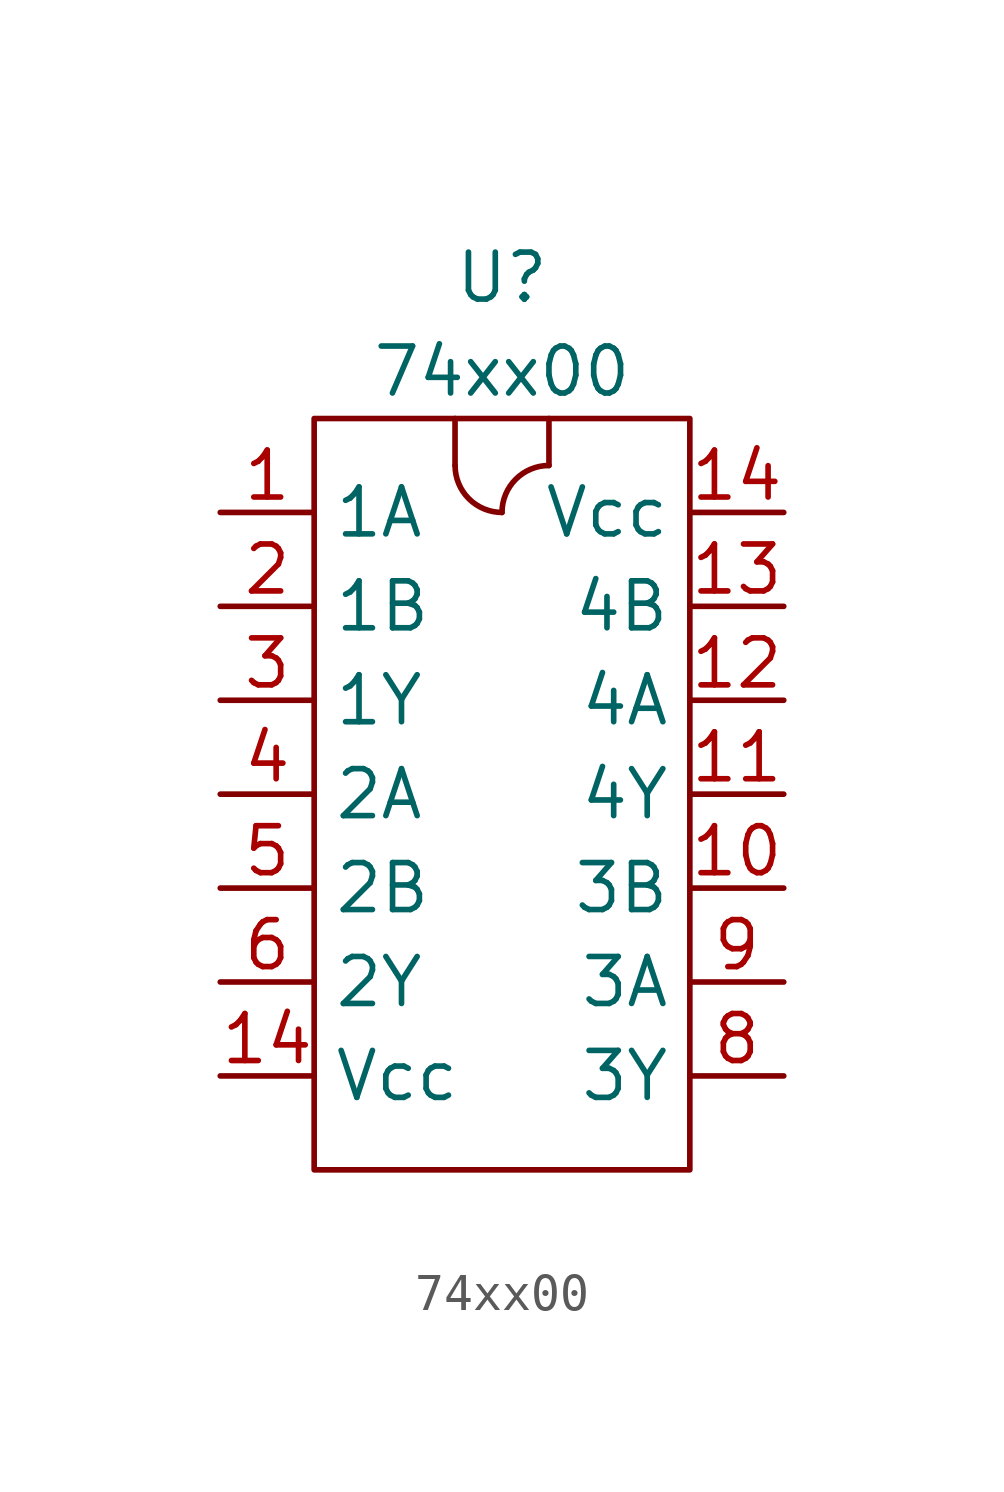
<source format=kicad_sym>
(kicad_symbol_lib
  (version 20211014)
  (generator kicad_symbol_editor)
  (symbol "74xx00"
    (property "Reference" "U"
      (at 0 13.97 0)
      (effects (font (size 1.27 1.27))))
    (property "Value" "74xx00"
      (at 0 11.43 0)
      (effects (font (size 1.27 1.27))))
    (symbol "74xx00_0_1"
      (rectangle (start -5.08 10.16) (end 5.08 -10.16) (stroke (width 0) (type default) (color 0 0 0 0)) (fill (type none)))
      (arc (start -1.27 8.89) (mid -0.898 7.992) (end 0 7.62) (stroke (width 0) (type default) (color 0 0 0 0)) (fill (type none)))
      (polyline (pts (xy -1.27 10.16) (xy -1.27 8.89)) (stroke (width 0) (type default) (color 0 0 0 0)) (fill (type none)))
      (polyline (pts (xy 1.27 10.16) (xy 1.27 8.89)) (stroke (width 0) (type default) (color 0 0 0 0)) (fill (type none)))
      (arc (start 1.27 8.89) (mid -0.898 9.788) (end 0 7.62) (stroke (width 0) (type default) (color 0 0 0 0)) (fill (type none))))
    (symbol "74xx00_1_1"
      (pin input line (at -7.62 7.62 0) (length 2.54) (name "1A" (effects (font (size 1.27 1.27)))) (number "1" (effects (font (size 1.27 1.27)))))
      (pin input line (at 7.62 -2.54 180) (length 2.54) (name "3B" (effects (font (size 1.27 1.27)))) (number "10" (effects (font (size 1.27 1.27)))))
      (pin output line (at 7.62 0 180) (length 2.54) (name "4Y" (effects (font (size 1.27 1.27)))) (number "11" (effects (font (size 1.27 1.27)))))
      (pin input line (at 7.62 2.54 180) (length 2.54) (name "4A" (effects (font (size 1.27 1.27)))) (number "12" (effects (font (size 1.27 1.27)))))
      (pin input line (at 7.62 5.08 180) (length 2.54) (name "4B" (effects (font (size 1.27 1.27)))) (number "13" (effects (font (size 1.27 1.27)))))
      (pin power_in line (at -7.62 -7.62 0) (length 2.54) (name "Vcc" (effects (font (size 1.27 1.27)))) (number "14" (effects (font (size 1.27 1.27)))))
      (pin power_in line (at 7.62 7.62 180) (length 2.54) (name "Vcc" (effects (font (size 1.27 1.27)))) (number "14" (effects (font (size 1.27 1.27)))))
      (pin input line (at -7.62 5.08 0) (length 2.54) (name "1B" (effects (font (size 1.27 1.27)))) (number "2" (effects (font (size 1.27 1.27)))))
      (pin output line (at -7.62 2.54 0) (length 2.54) (name "1Y" (effects (font (size 1.27 1.27)))) (number "3" (effects (font (size 1.27 1.27)))))
      (pin input line (at -7.62 0 0) (length 2.54) (name "2A" (effects (font (size 1.27 1.27)))) (number "4" (effects (font (size 1.27 1.27)))))
      (pin input line (at -7.62 -2.54 0) (length 2.54) (name "2B" (effects (font (size 1.27 1.27)))) (number "5" (effects (font (size 1.27 1.27)))))
      (pin output line (at -7.62 -5.08 0) (length 2.54) (name "2Y" (effects (font (size 1.27 1.27)))) (number "6" (effects (font (size 1.27 1.27)))))
      (pin output line (at 7.62 -7.62 180) (length 2.54) (name "3Y" (effects (font (size 1.27 1.27)))) (number "8" (effects (font (size 1.27 1.27)))))
      (pin input line (at 7.62 -5.08 180) (length 2.54) (name "3A" (effects (font (size 1.27 1.27)))) (number "9" (effects (font (size 1.27 1.27))))))))
</source>
